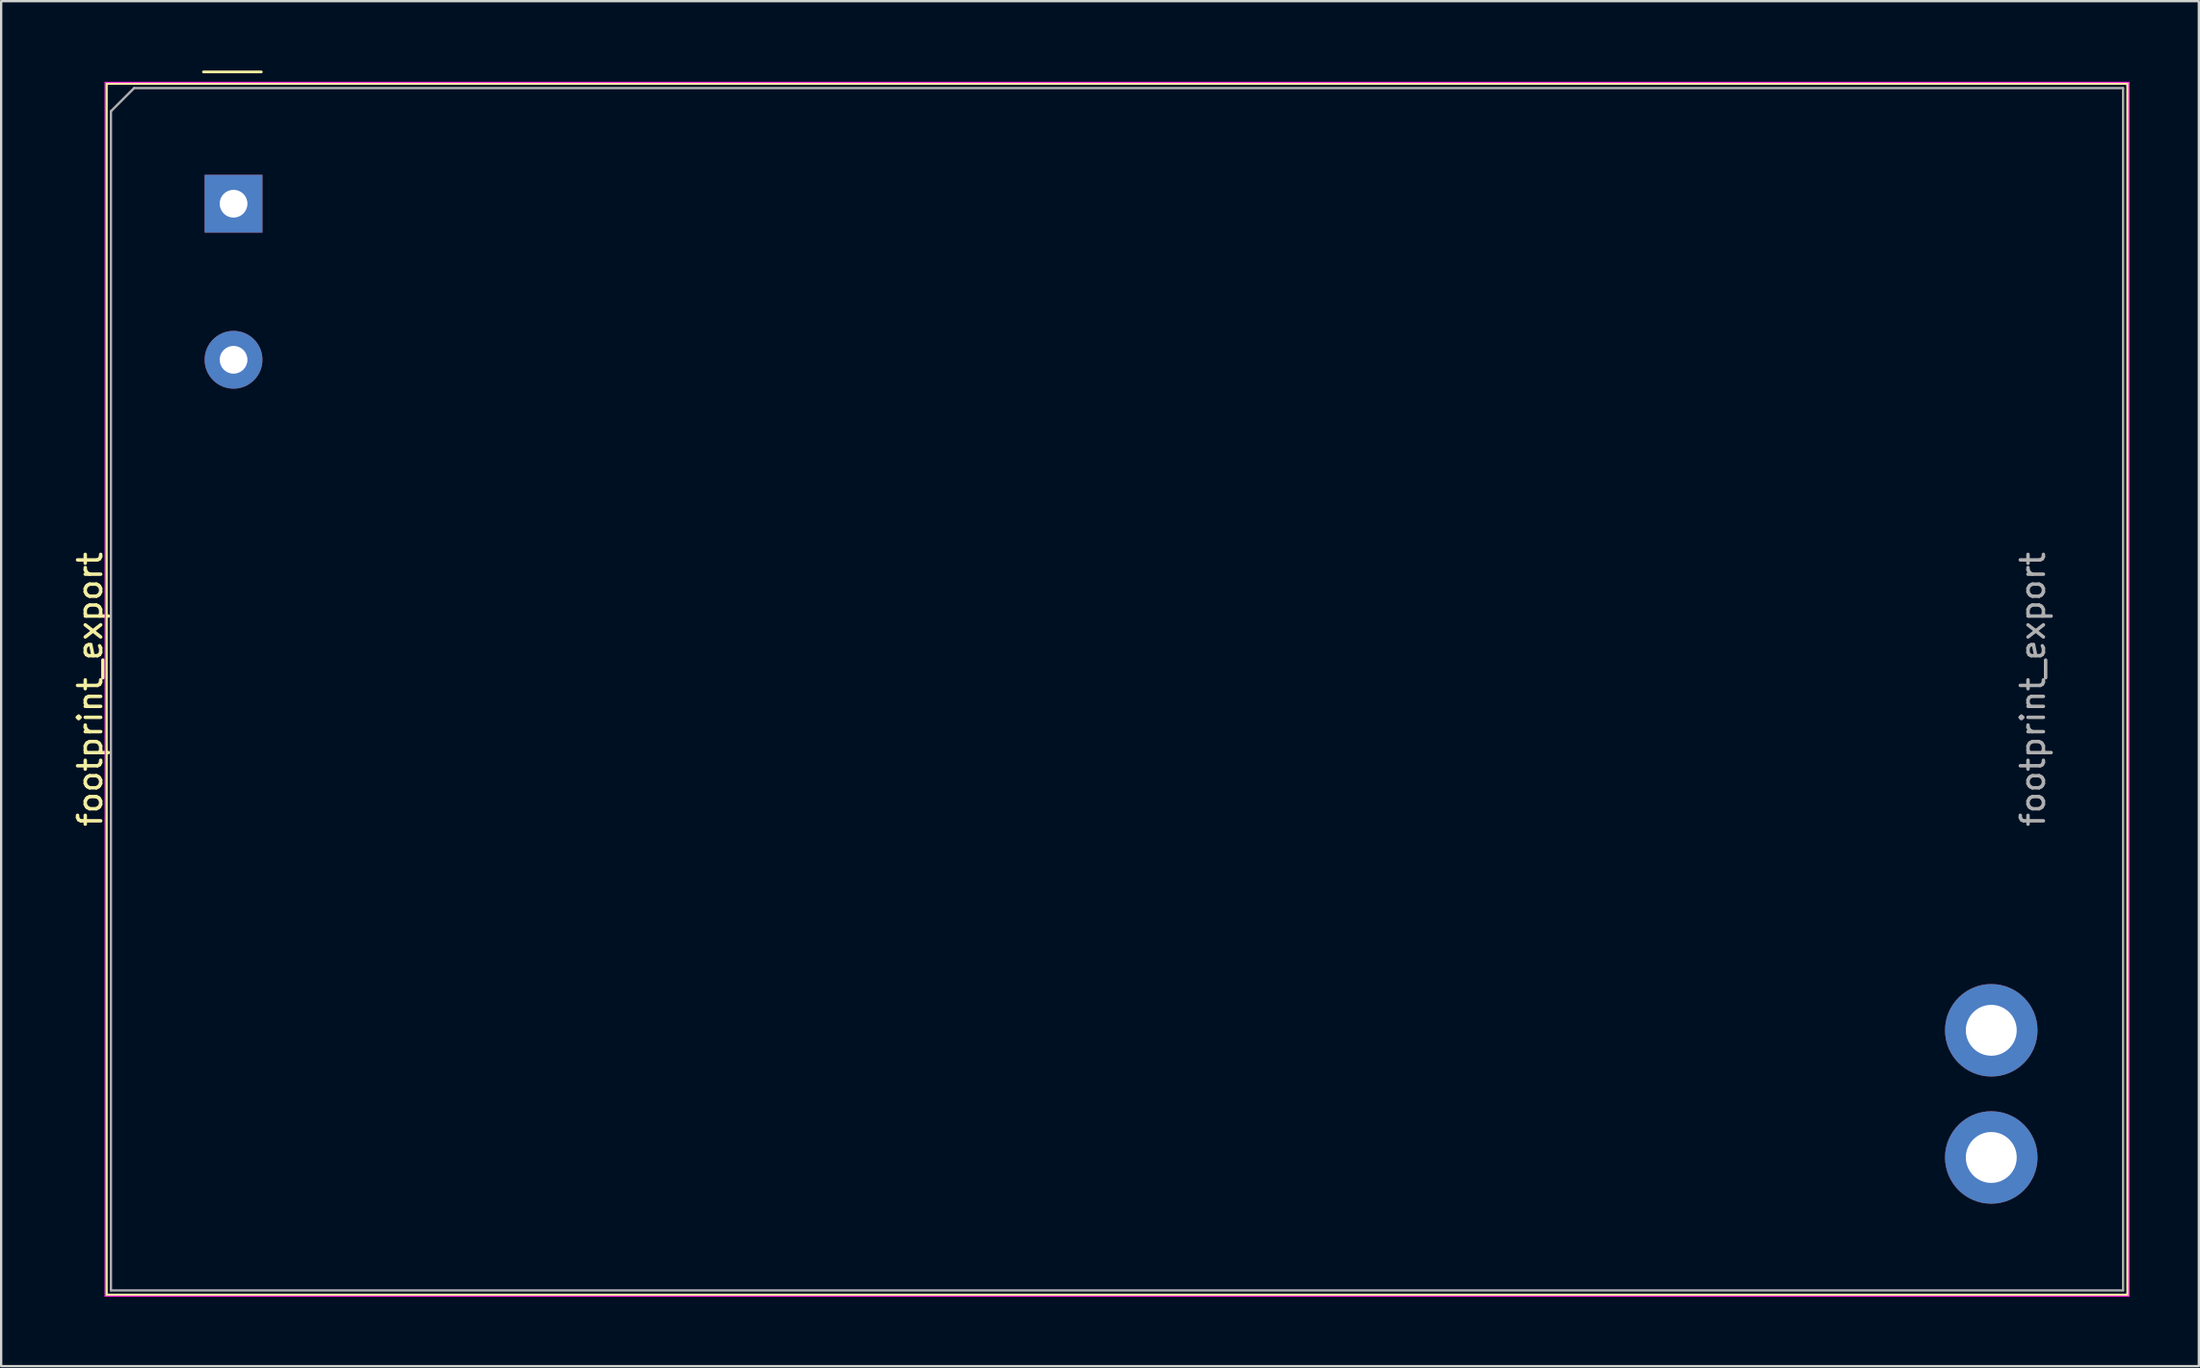
<source format=kicad_pcb>
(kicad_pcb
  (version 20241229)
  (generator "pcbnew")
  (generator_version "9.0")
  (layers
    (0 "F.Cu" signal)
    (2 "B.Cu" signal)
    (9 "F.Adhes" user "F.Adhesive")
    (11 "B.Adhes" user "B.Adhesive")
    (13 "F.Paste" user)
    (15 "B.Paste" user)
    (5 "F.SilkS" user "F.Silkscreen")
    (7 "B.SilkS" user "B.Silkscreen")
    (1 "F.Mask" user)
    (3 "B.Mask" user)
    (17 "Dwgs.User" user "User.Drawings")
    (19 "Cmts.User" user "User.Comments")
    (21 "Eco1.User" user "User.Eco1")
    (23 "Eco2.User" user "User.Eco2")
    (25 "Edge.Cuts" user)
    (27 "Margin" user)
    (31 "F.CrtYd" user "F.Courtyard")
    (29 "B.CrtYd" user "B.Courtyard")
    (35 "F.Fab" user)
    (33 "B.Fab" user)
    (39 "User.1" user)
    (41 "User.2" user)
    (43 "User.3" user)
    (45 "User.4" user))
  (footprint "footprint_export"
    (layer "F.Cu")
    (at 7.048 5.76)
    (property "Reference" "footprint_export" (at -6.2 21 90) (layer "F.SilkS") (effects (font (size 1 1) (thickness 0.15))))
    (attr through_hole)
    (fp_line (start -5.5 -5.2) (end -5.5 47.2) (stroke (width 0.12) (type solid)) (layer "F.SilkS"))
    (fp_line (start -5.5 47.2) (end 81.9 47.2) (stroke (width 0.12) (type solid)) (layer "F.SilkS"))
    (fp_line (start -1.3 -5.7) (end 1.2 -5.7) (stroke (width 0.12) (type solid)) (layer "F.SilkS"))
    (fp_line (start 81.9 -5.2) (end -5.5 -5.2) (stroke (width 0.12) (type solid)) (layer "F.SilkS"))
    (fp_line (start 81.9 47.2) (end 81.9 -5.2) (stroke (width 0.12) (type solid)) (layer "F.SilkS"))
    (fp_line (start -5.55 -5.25) (end 81.95 -5.25) (stroke (width 0.05) (type solid)) (layer "F.CrtYd"))
    (fp_line (start -5.55 47.25) (end -5.55 -5.25) (stroke (width 0.05) (type solid)) (layer "F.CrtYd"))
    (fp_line (start 81.95 -5.25) (end 81.95 47.25) (stroke (width 0.05) (type solid)) (layer "F.CrtYd"))
    (fp_line (start 81.95 47.25) (end -5.55 47.25) (stroke (width 0.05) (type solid)) (layer "F.CrtYd"))
    (fp_line (start -5.3 -4) (end -4.3 -5) (stroke (width 0.1) (type solid)) (layer "F.Fab"))
    (fp_line (start -5.3 47) (end -5.3 -4) (stroke (width 0.1) (type solid)) (layer "F.Fab"))
    (fp_line (start -5.3 47) (end 81.7 47) (stroke (width 0.1) (type solid)) (layer "F.Fab"))
    (fp_line (start -4.3 -5) (end 81.7 -5) (stroke (width 0.1) (type solid)) (layer "F.Fab"))
    (fp_line (start 81.7 47) (end 81.7 -5) (stroke (width 0.1) (type solid)) (layer "F.Fab"))
    (fp_text user "${REFERENCE}" (at 77.8 21 90) (layer "F.Fab") (effects (font (size 1 1) (thickness 0.15))))
    (pad "1" thru_hole rect (at 0 0) (size 2.5 2.5) (drill 1.2) (layers "*.Cu" "*.Mask"))
    (pad "2" thru_hole circle (at 0 6.75) (size 2.5 2.5) (drill 1.2) (layers "*.Cu" "*.Mask"))
    (pad "3" thru_hole circle (at 76 41.25) (size 4 4) (drill 2.2) (layers "*.Cu" "*.Mask"))
    (pad "4" thru_hole circle (at 76 35.75) (size 4 4) (drill 2.2) (layers "*.Cu" "*.Mask")))
  (gr_rect
    (start -3 -3)
    (end 92.023 56.035)
    (stroke (width 0.1) (type default))
    (fill no)
    (layer "Edge.Cuts")))
</source>
